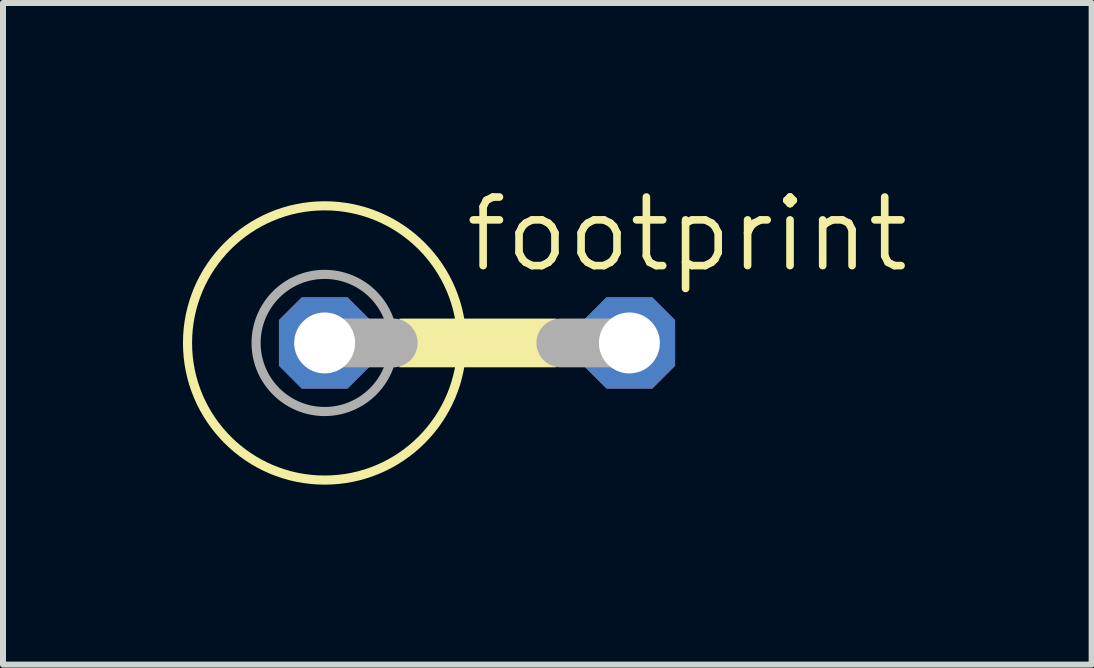
<source format=kicad_pcb>
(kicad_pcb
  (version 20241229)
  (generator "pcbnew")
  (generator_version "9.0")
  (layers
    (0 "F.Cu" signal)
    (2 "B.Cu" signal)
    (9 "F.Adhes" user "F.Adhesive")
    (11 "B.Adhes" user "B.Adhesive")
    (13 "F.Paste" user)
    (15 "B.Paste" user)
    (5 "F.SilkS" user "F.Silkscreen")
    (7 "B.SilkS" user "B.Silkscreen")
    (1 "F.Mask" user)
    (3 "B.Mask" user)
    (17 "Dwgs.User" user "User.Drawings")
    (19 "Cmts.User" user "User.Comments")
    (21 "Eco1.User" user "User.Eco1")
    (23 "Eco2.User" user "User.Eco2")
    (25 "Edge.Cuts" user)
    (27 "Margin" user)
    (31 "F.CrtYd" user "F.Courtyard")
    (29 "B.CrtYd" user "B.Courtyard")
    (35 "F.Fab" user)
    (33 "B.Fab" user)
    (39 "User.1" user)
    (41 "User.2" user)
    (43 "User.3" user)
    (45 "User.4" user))
  (footprint "footprint"
    (layer "F.Cu")
    (at 4.902 2.667)
    (property "Reference" "footprint" (at -0.254 -1.143 0) (layer "F.SilkS") (effects (font (size 1.143 1.143) (thickness 0.127)) (justify left bottom)))
    (fp_circle (center -2.54 0) (end -0.254 0) (stroke (width 0.152) (type solid)) (fill no) (layer "F.SilkS"))
    (fp_poly (pts (xy -1.295 0.406) (xy 1.321 0.406) (xy 1.321 -0.406) (xy -1.295 -0.406)) (stroke (width 0) (type solid)) (fill yes) (layer "F.SilkS"))
    (fp_line (start -2.54 0) (end -1.397 0) (stroke (width 0.813) (type solid)) (layer "F.Fab"))
    (fp_line (start 2.54 0) (end 1.397 0) (stroke (width 0.813) (type solid)) (layer "F.Fab"))
    (fp_circle (center -2.54 0) (end -1.397 0) (stroke (width 0.152) (type solid)) (fill no) (layer "F.Fab"))
    (pad "1" thru_hole roundrect (at -2.54 0) (size 1.524 1.524) (drill 1.016) (layers "*.Cu" "*.Mask") (roundrect_rratio 0.25) (chamfer_ratio 0.25) (chamfer top_left top_right bottom_left bottom_right))
    (pad "2" thru_hole roundrect (at 2.54 0) (size 1.524 1.524) (drill 1.016) (layers "*.Cu" "*.Mask") (roundrect_rratio 0.25) (chamfer_ratio 0.25) (chamfer top_left top_right bottom_left bottom_right)))
  (gr_rect
    (start -3 -3)
    (end 15.148 8.029)
    (stroke (width 0.1) (type default))
    (fill no)
    (layer "Edge.Cuts")))
</source>
